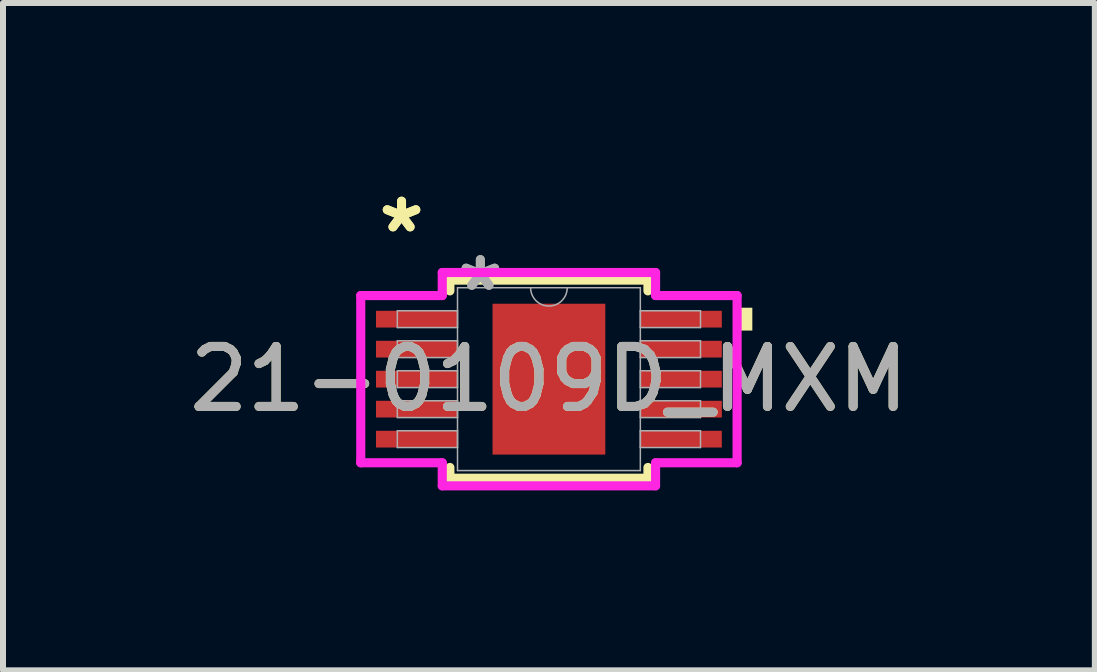
<source format=kicad_pcb>
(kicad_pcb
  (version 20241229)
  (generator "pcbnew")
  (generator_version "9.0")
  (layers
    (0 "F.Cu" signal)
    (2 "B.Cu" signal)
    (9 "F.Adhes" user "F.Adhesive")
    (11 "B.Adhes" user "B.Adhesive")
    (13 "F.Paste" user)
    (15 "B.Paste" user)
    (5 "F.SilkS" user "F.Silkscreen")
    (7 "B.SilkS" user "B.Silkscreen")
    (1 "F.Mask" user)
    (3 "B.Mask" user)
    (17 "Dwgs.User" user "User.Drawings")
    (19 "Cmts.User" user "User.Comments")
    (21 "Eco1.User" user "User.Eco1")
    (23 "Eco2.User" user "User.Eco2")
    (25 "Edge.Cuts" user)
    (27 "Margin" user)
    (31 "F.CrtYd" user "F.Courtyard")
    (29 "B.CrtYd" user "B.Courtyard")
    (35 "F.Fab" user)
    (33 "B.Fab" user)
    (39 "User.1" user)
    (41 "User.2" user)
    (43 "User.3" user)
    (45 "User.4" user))
  (footprint "21-0109D_MXM"
    (layer "F.Cu")
    (at 6.101 3.271)
    (property "Reference" "21-0109D_MXM" (at 0 0 0) (unlocked yes) (layer "F.SilkS") (effects (font (size 1 1) (thickness 0.15))))
    (attr smd)
    (fp_line (start -1.651 -1.651) (end -1.651 -1.472) (stroke (width 0.152) (type solid)) (layer "F.SilkS"))
    (fp_line (start -1.651 1.472) (end -1.651 1.651) (stroke (width 0.152) (type solid)) (layer "F.SilkS"))
    (fp_line (start -1.651 1.651) (end 1.651 1.651) (stroke (width 0.152) (type solid)) (layer "F.SilkS"))
    (fp_line (start 1.651 -1.651) (end -1.651 -1.651) (stroke (width 0.152) (type solid)) (layer "F.SilkS"))
    (fp_line (start 1.651 -1.472) (end 1.651 -1.651) (stroke (width 0.152) (type solid)) (layer "F.SilkS"))
    (fp_line (start 1.651 1.651) (end 1.651 1.472) (stroke (width 0.152) (type solid)) (layer "F.SilkS"))
    (fp_poly (pts (xy 3.391 -1.191) (xy 3.391 -0.81) (xy 3.137 -0.81) (xy 3.137 -1.191)) (stroke (width 0) (type solid)) (fill yes) (layer "F.SilkS"))
    (fp_line (start -3.137 -1.394) (end -1.778 -1.394) (stroke (width 0.152) (type solid)) (layer "F.CrtYd"))
    (fp_line (start -3.137 1.394) (end -3.137 -1.394) (stroke (width 0.152) (type solid)) (layer "F.CrtYd"))
    (fp_line (start -3.137 1.394) (end -1.778 1.394) (stroke (width 0.152) (type solid)) (layer "F.CrtYd"))
    (fp_line (start -1.778 -1.778) (end 1.778 -1.778) (stroke (width 0.152) (type solid)) (layer "F.CrtYd"))
    (fp_line (start -1.778 -1.394) (end -1.778 -1.778) (stroke (width 0.152) (type solid)) (layer "F.CrtYd"))
    (fp_line (start -1.778 1.778) (end -1.778 1.394) (stroke (width 0.152) (type solid)) (layer "F.CrtYd"))
    (fp_line (start 1.778 -1.778) (end 1.778 -1.394) (stroke (width 0.152) (type solid)) (layer "F.CrtYd"))
    (fp_line (start 1.778 1.394) (end 1.778 1.778) (stroke (width 0.152) (type solid)) (layer "F.CrtYd"))
    (fp_line (start 1.778 1.778) (end -1.778 1.778) (stroke (width 0.152) (type solid)) (layer "F.CrtYd"))
    (fp_line (start 3.137 -1.394) (end 1.778 -1.394) (stroke (width 0.152) (type solid)) (layer "F.CrtYd"))
    (fp_line (start 3.137 -1.394) (end 3.137 1.394) (stroke (width 0.152) (type solid)) (layer "F.CrtYd"))
    (fp_line (start 3.137 1.394) (end 1.778 1.394) (stroke (width 0.152) (type solid)) (layer "F.CrtYd"))
    (fp_line (start -2.527 -1.14) (end -2.527 -0.86) (stroke (width 0.025) (type solid)) (layer "F.Fab"))
    (fp_line (start -2.527 -0.86) (end -1.524 -0.86) (stroke (width 0.025) (type solid)) (layer "F.Fab"))
    (fp_line (start -2.527 -0.64) (end -2.527 -0.36) (stroke (width 0.025) (type solid)) (layer "F.Fab"))
    (fp_line (start -2.527 -0.36) (end -1.524 -0.36) (stroke (width 0.025) (type solid)) (layer "F.Fab"))
    (fp_line (start -2.527 -0.14) (end -2.527 0.14) (stroke (width 0.025) (type solid)) (layer "F.Fab"))
    (fp_line (start -2.527 0.14) (end -1.524 0.14) (stroke (width 0.025) (type solid)) (layer "F.Fab"))
    (fp_line (start -2.527 0.36) (end -2.527 0.64) (stroke (width 0.025) (type solid)) (layer "F.Fab"))
    (fp_line (start -2.527 0.64) (end -1.524 0.64) (stroke (width 0.025) (type solid)) (layer "F.Fab"))
    (fp_line (start -2.527 0.86) (end -2.527 1.14) (stroke (width 0.025) (type solid)) (layer "F.Fab"))
    (fp_line (start -2.527 1.14) (end -1.524 1.14) (stroke (width 0.025) (type solid)) (layer "F.Fab"))
    (fp_line (start -1.524 -1.524) (end -1.524 1.524) (stroke (width 0.025) (type solid)) (layer "F.Fab"))
    (fp_line (start -1.524 -1.14) (end -2.527 -1.14) (stroke (width 0.025) (type solid)) (layer "F.Fab"))
    (fp_line (start -1.524 -0.86) (end -1.524 -1.14) (stroke (width 0.025) (type solid)) (layer "F.Fab"))
    (fp_line (start -1.524 -0.64) (end -2.527 -0.64) (stroke (width 0.025) (type solid)) (layer "F.Fab"))
    (fp_line (start -1.524 -0.36) (end -1.524 -0.64) (stroke (width 0.025) (type solid)) (layer "F.Fab"))
    (fp_line (start -1.524 -0.14) (end -2.527 -0.14) (stroke (width 0.025) (type solid)) (layer "F.Fab"))
    (fp_line (start -1.524 0.14) (end -1.524 -0.14) (stroke (width 0.025) (type solid)) (layer "F.Fab"))
    (fp_line (start -1.524 0.36) (end -2.527 0.36) (stroke (width 0.025) (type solid)) (layer "F.Fab"))
    (fp_line (start -1.524 0.64) (end -1.524 0.36) (stroke (width 0.025) (type solid)) (layer "F.Fab"))
    (fp_line (start -1.524 0.86) (end -2.527 0.86) (stroke (width 0.025) (type solid)) (layer "F.Fab"))
    (fp_line (start -1.524 1.14) (end -1.524 0.86) (stroke (width 0.025) (type solid)) (layer "F.Fab"))
    (fp_line (start -1.524 1.524) (end 1.524 1.524) (stroke (width 0.025) (type solid)) (layer "F.Fab"))
    (fp_line (start 1.524 -1.524) (end -1.524 -1.524) (stroke (width 0.025) (type solid)) (layer "F.Fab"))
    (fp_line (start 1.524 -1.14) (end 1.524 -0.86) (stroke (width 0.025) (type solid)) (layer "F.Fab"))
    (fp_line (start 1.524 -0.86) (end 2.527 -0.86) (stroke (width 0.025) (type solid)) (layer "F.Fab"))
    (fp_line (start 1.524 -0.64) (end 1.524 -0.36) (stroke (width 0.025) (type solid)) (layer "F.Fab"))
    (fp_line (start 1.524 -0.36) (end 2.527 -0.36) (stroke (width 0.025) (type solid)) (layer "F.Fab"))
    (fp_line (start 1.524 -0.14) (end 1.524 0.14) (stroke (width 0.025) (type solid)) (layer "F.Fab"))
    (fp_line (start 1.524 0.14) (end 2.527 0.14) (stroke (width 0.025) (type solid)) (layer "F.Fab"))
    (fp_line (start 1.524 0.36) (end 1.524 0.64) (stroke (width 0.025) (type solid)) (layer "F.Fab"))
    (fp_line (start 1.524 0.64) (end 2.527 0.64) (stroke (width 0.025) (type solid)) (layer "F.Fab"))
    (fp_line (start 1.524 0.86) (end 1.524 1.14) (stroke (width 0.025) (type solid)) (layer "F.Fab"))
    (fp_line (start 1.524 1.14) (end 2.527 1.14) (stroke (width 0.025) (type solid)) (layer "F.Fab"))
    (fp_line (start 1.524 1.524) (end 1.524 -1.524) (stroke (width 0.025) (type solid)) (layer "F.Fab"))
    (fp_line (start 2.527 -1.14) (end 1.524 -1.14) (stroke (width 0.025) (type solid)) (layer "F.Fab"))
    (fp_line (start 2.527 -0.86) (end 2.527 -1.14) (stroke (width 0.025) (type solid)) (layer "F.Fab"))
    (fp_line (start 2.527 -0.64) (end 1.524 -0.64) (stroke (width 0.025) (type solid)) (layer "F.Fab"))
    (fp_line (start 2.527 -0.36) (end 2.527 -0.64) (stroke (width 0.025) (type solid)) (layer "F.Fab"))
    (fp_line (start 2.527 -0.14) (end 1.524 -0.14) (stroke (width 0.025) (type solid)) (layer "F.Fab"))
    (fp_line (start 2.527 0.14) (end 2.527 -0.14) (stroke (width 0.025) (type solid)) (layer "F.Fab"))
    (fp_line (start 2.527 0.36) (end 1.524 0.36) (stroke (width 0.025) (type solid)) (layer "F.Fab"))
    (fp_line (start 2.527 0.64) (end 2.527 0.36) (stroke (width 0.025) (type solid)) (layer "F.Fab"))
    (fp_line (start 2.527 0.86) (end 1.524 0.86) (stroke (width 0.025) (type solid)) (layer "F.Fab"))
    (fp_line (start 2.527 1.14) (end 2.527 0.86) (stroke (width 0.025) (type solid)) (layer "F.Fab"))
    (fp_arc (start 0.3048 -1.524) (mid 0 -1.2192) (end -0.3048 -1.524) (stroke (width 0.0254) (type solid)) (layer "F.Fab"))
    (fp_text user "*" (at -2.457 -2.422 0) (unlocked yes) (layer "F.SilkS") (effects (font (size 1 1) (thickness 0.15))))
    (fp_text user "*" (at -2.457 -2.422 0) (layer "F.SilkS") (effects (font (size 1 1) (thickness 0.15))))
    (fp_text user "*" (at -1.143 -1.448 0) (layer "F.Fab") (effects (font (size 1 1) (thickness 0.15))))
    (fp_text user "${REFERENCE}" (at 0 0 0) (unlocked yes) (layer "F.Fab") (effects (font (size 1 1) (thickness 0.15))))
    (fp_text user "*" (at -1.143 -1.448 0) (unlocked yes) (layer "F.Fab") (effects (font (size 1 1) (thickness 0.15))))
    (pad "1" smd rect (at -2.203 -1) (size 1.359 0.279) (layers "F.Cu" "F.Mask" "F.Paste"))
    (pad "2" smd rect (at -2.203 -0.5) (size 1.359 0.279) (layers "F.Cu" "F.Mask" "F.Paste"))
    (pad "3" smd rect (at -2.203 0) (size 1.359 0.279) (layers "F.Cu" "F.Mask" "F.Paste"))
    (pad "4" smd rect (at -2.203 0.5) (size 1.359 0.279) (layers "F.Cu" "F.Mask" "F.Paste"))
    (pad "5" smd rect (at -2.203 1) (size 1.359 0.279) (layers "F.Cu" "F.Mask" "F.Paste"))
    (pad "6" smd rect (at 2.203 1) (size 1.359 0.279) (layers "F.Cu" "F.Mask" "F.Paste"))
    (pad "7" smd rect (at 2.203 0.5) (size 1.359 0.279) (layers "F.Cu" "F.Mask" "F.Paste"))
    (pad "8" smd rect (at 2.203 0) (size 1.359 0.279) (layers "F.Cu" "F.Mask" "F.Paste"))
    (pad "9" smd rect (at 2.203 -0.5) (size 1.359 0.279) (layers "F.Cu" "F.Mask" "F.Paste"))
    (pad "10" smd rect (at 2.203 -1) (size 1.359 0.279) (layers "F.Cu" "F.Mask" "F.Paste"))
    (pad "EPAD" smd rect (at 0 0) (size 1.88 2.515) (layers "F.Cu" "F.Mask" "F.Paste")))
  (gr_rect
    (start -3 -3)
    (end 15.202 8.125)
    (stroke (width 0.1) (type default))
    (fill no)
    (layer "Edge.Cuts")))
</source>
